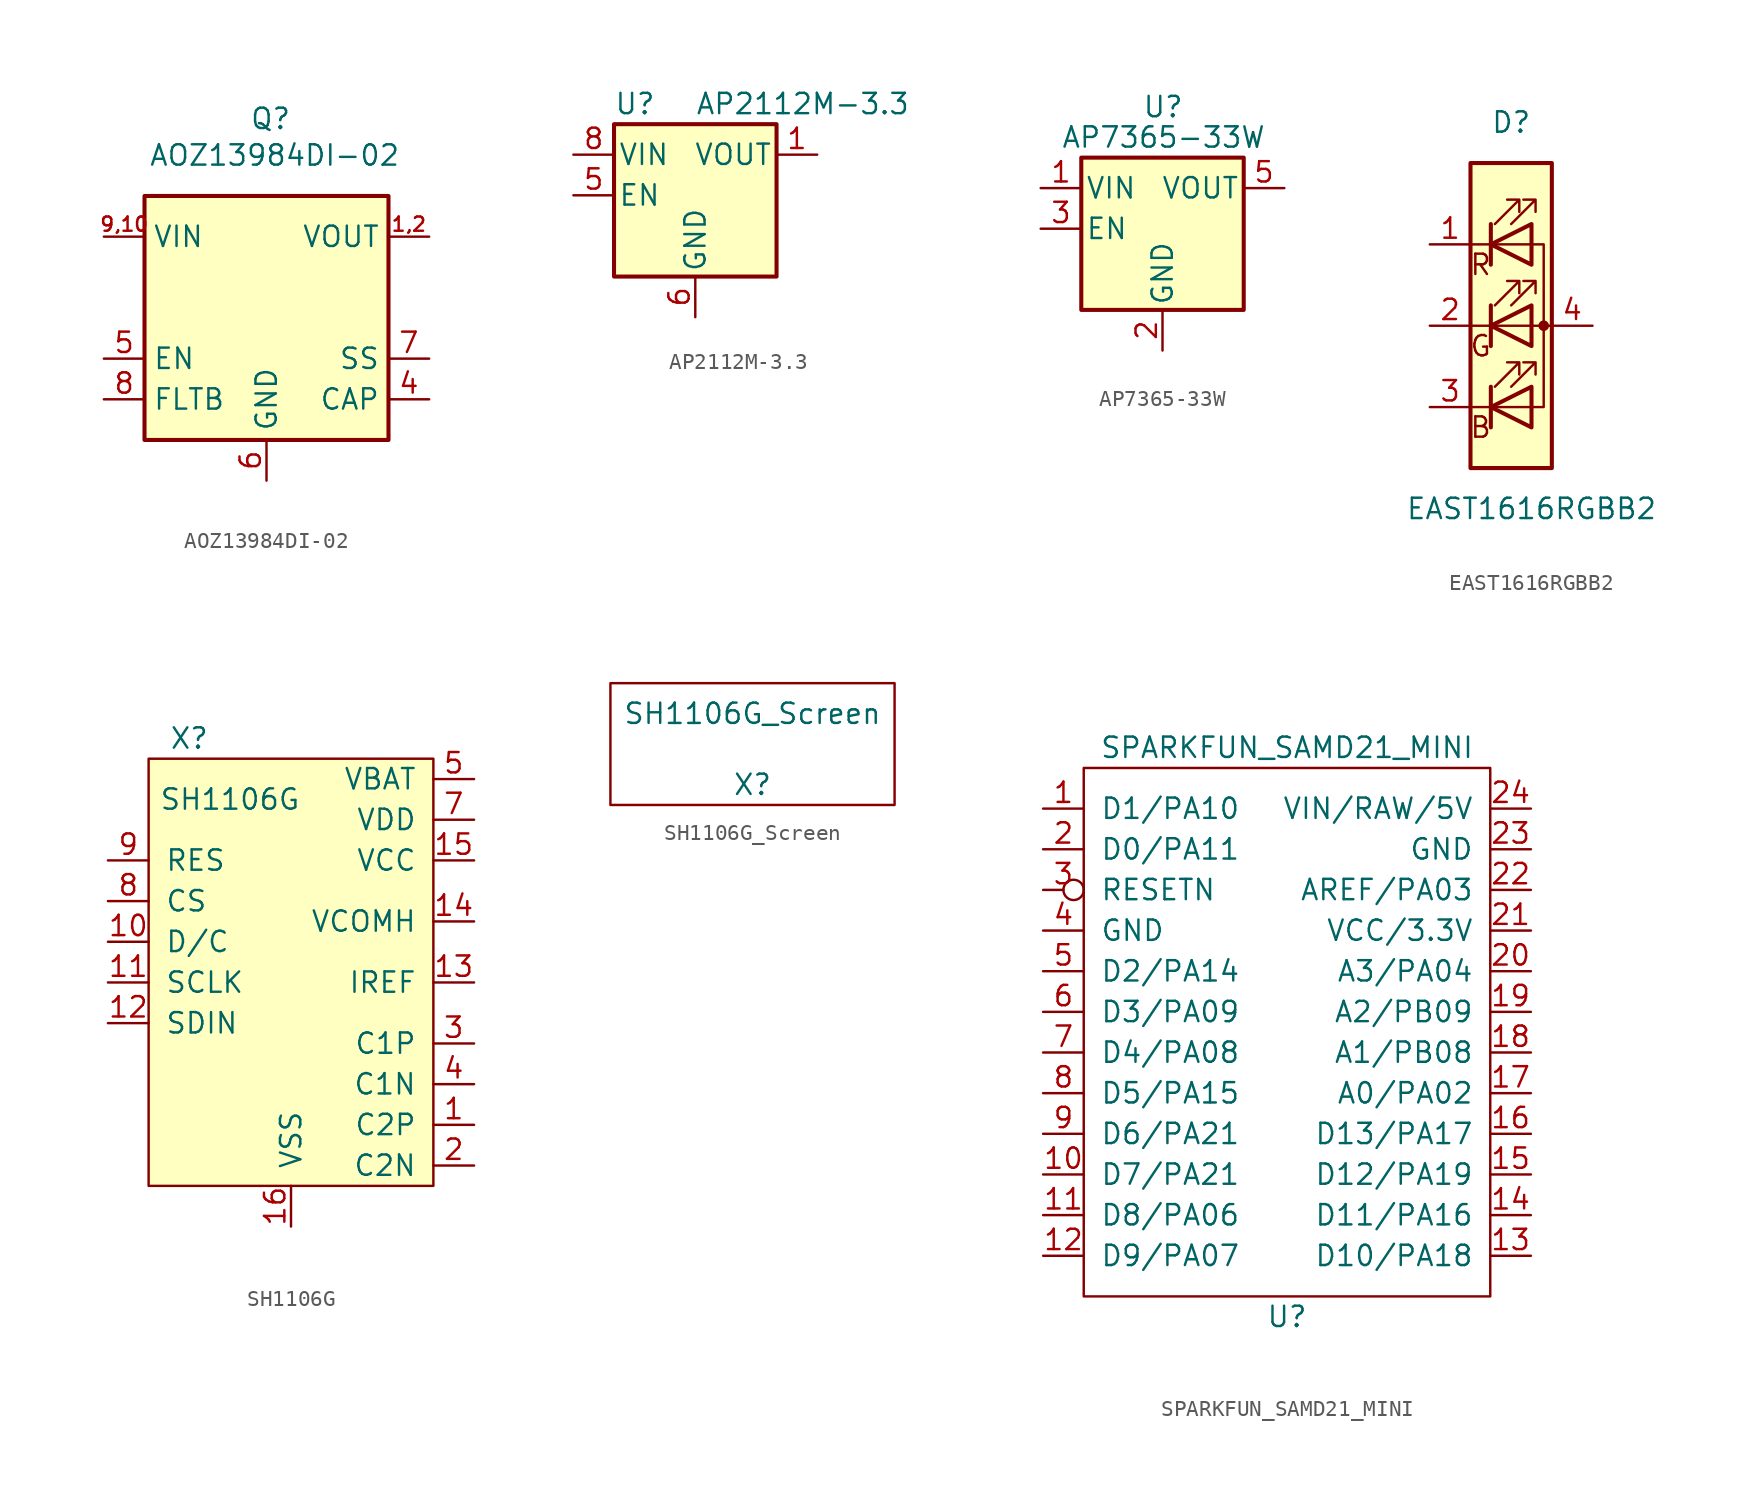
<source format=kicad_sym>
(kicad_symbol_lib
  (version 20241209)
  (generator "kicad_symbol_editor")
  (generator_version "9.0")
  (symbol "AOZ13984DI-02"
    (property "Reference" "Q"
      (at 0.254 12.446 0)
      (effects (font (size 1.27 1.27))))
    (property "Value" "AOZ13984DI-02"
      (at 0.508 10.16 0)
      (effects (font (size 1.27 1.27))))
    (symbol "AOZ13984DI-02_0_0"
      (pin input line (at -10.16 -2.54 0) (length 2.54) (name "EN" (effects (font (size 1.27 1.27)))) (number "5" (effects (font (size 1.27 1.27)))))
      (pin open_collector line (at -10.16 -5.08 0) (length 2.54) (name "FLTB" (effects (font (size 1.27 1.27)))) (number "8" (effects (font (size 1.27 1.27)))))
      (pin power_in line (at 0 -10.16 90) (length 2.54) (name "GND" (effects (font (size 1.27 1.27)))) (number "6" (effects (font (size 1.27 1.27)))))
      (pin passive line (at 10.16 -2.54 180) (length 2.54) (name "SS" (effects (font (size 1.27 1.27)))) (number "7" (effects (font (size 1.27 1.27)))))
      (pin passive line (at 10.16 -5.08 180) (length 2.54) (name "CAP" (effects (font (size 1.27 1.27)))) (number "4" (effects (font (size 1.27 1.27))))))
    (symbol "AOZ13984DI-02_1_0"
      (pin power_in line (at -10.16 5.08 0) (length 2.54) (name "VIN" (effects (font (size 1.27 1.27)))) (number "9,10" (effects (font (size 0.889 0.889)))))
      (pin no_connect line (at 2.54 -7.62 90) (length 2.54) (hide yes) (name "DNC" (effects (font (size 1.27 1.27)))) (number "11" (effects (font (size 1.27 1.27)))))
      (pin no_connect line (at 2.54 -7.62 90) (length 2.54) (hide yes) (name "NC" (effects (font (size 1.27 1.27)))) (number "12" (effects (font (size 1.27 1.27)))))
      (pin no_connect line (at 2.54 -7.62 90) (length 2.54) (hide yes) (name "DNC" (effects (font (size 1.27 1.27)))) (number "3" (effects (font (size 1.27 1.27)))))
      (pin unspecified line (at 2.54 -7.62 90) (length 2.54) (hide yes) (name "EXP" (effects (font (size 1.27 1.27)))) (number "EXP" (effects (font (size 1.27 1.27)))))
      (pin power_out line (at 10.16 5.08 180) (length 2.54) (name "VOUT" (effects (font (size 1.27 1.27)))) (number "1,2" (effects (font (size 0.889 0.889))))))
    (symbol "AOZ13984DI-02_1_1"
      (rectangle (start -7.62 7.62) (end 7.62 -7.62) (stroke (width 0.254) (type solid)) (fill (type background)))))
  (symbol "AP2112M-3.3"
    (pin_names
      (offset 0.254))
    (property "Reference" "U"
      (at -5.08 5.715 0)
      (effects (font (size 1.27 1.27)) (justify left)))
    (property "Value" "AP2112M-3.3"
      (at 0 5.715 0)
      (effects (font (size 1.27 1.27)) (justify left)))
    (symbol "AP2112M-3.3_0_0"
      (pin power_in line (at 0 -7.62 90) (length 2.54) (hide yes) (name "GND" (effects (font (size 1.27 1.27)))) (number "7" (effects (font (size 1.27 1.27)))))
      (pin no_connect line (at 5.08 0 180) (length 2.54) (hide yes) (name "NC" (effects (font (size 1.27 1.27)))) (number "2" (effects (font (size 1.27 1.27))))))
    (symbol "AP2112M-3.3_0_1"
      (rectangle (start -5.08 4.445) (end 5.08 -5.08) (stroke (width 0.254) (type solid)) (fill (type background))))
    (symbol "AP2112M-3.3_1_1"
      (pin power_in line (at -7.62 2.54 0) (length 2.54) (name "VIN" (effects (font (size 1.27 1.27)))) (number "8" (effects (font (size 1.27 1.27)))))
      (pin input line (at -7.62 0 0) (length 2.54) (name "EN" (effects (font (size 1.27 1.27)))) (number "5" (effects (font (size 1.27 1.27)))))
      (pin power_in line (at 0 -7.62 90) (length 2.54) (name "GND" (effects (font (size 1.27 1.27)))) (number "6" (effects (font (size 1.27 1.27)))))
      (pin no_connect line (at 5.08 -1.27 180) (length 2.54) (hide yes) (name "NC" (effects (font (size 1.27 1.27)))) (number "3" (effects (font (size 1.27 1.27)))))
      (pin no_connect line (at 5.08 -2.54 180) (length 2.54) (hide yes) (name "NC" (effects (font (size 1.27 1.27)))) (number "4" (effects (font (size 1.27 1.27)))))
      (pin power_out line (at 7.62 2.54 180) (length 2.54) (name "VOUT" (effects (font (size 1.27 1.27)))) (number "1" (effects (font (size 1.27 1.27)))))))
  (symbol "AP7365-33W"
    (pin_names
      (offset 0.254))
    (property "Reference" "U"
      (at -1.27 7.62 0)
      (effects (font (size 1.27 1.27)) (justify left)))
    (property "Value" "AP7365-33W"
      (at -6.35 5.715 0)
      (effects (font (size 1.27 1.27)) (justify left)))
    (symbol "AP7365-33W_1_1"
      (rectangle (start -5.08 4.445) (end 5.08 -5.08) (stroke (width 0.254) (type solid)) (fill (type background)))
      (pin power_in line (at -7.62 2.54 0) (length 2.54) (name "VIN" (effects (font (size 1.27 1.27)))) (number "1" (effects (font (size 1.27 1.27)))))
      (pin input line (at -7.62 0 0) (length 2.54) (name "EN" (effects (font (size 1.27 1.27)))) (number "3" (effects (font (size 1.27 1.27)))))
      (pin power_in line (at 0 -7.62 90) (length 2.54) (name "GND" (effects (font (size 1.27 1.27)))) (number "2" (effects (font (size 1.27 1.27)))))
      (pin power_out line (at 7.62 2.54 180) (length 2.54) (name "VOUT" (effects (font (size 1.27 1.27)))) (number "5" (effects (font (size 1.27 1.27)))))
      (pin no_connect line (at 7.62 0 180) (length 2.54) (hide yes) (name "NC" (effects (font (size 1.27 1.27)))) (number "4" (effects (font (size 1.27 1.27)))))))
  (symbol "EAST1616RGBB2"
    (pin_names
      (offset 0)
      (hide yes))
    (property "Reference" "D"
      (at 0 12.7 0)
      (effects (font (size 1.27 1.27))))
    (property "Value" "EAST1616RGBB2"
      (at 1.27 -11.43 0)
      (effects (font (size 1.27 1.27))))
    (symbol "EAST1616RGBB2_0_0"
      (text "R" (at -1.905 3.81 0) (effects (font (size 1.27 1.27))))
      (text "G" (at -1.905 -1.27 0) (effects (font (size 1.27 1.27))))
      (text "B" (at -1.905 -6.35 0) (effects (font (size 1.27 1.27)))))
    (symbol "EAST1616RGBB2_0_1"
      (rectangle (start -2.54 10.16) (end 2.54 -8.89) (stroke (width 0.254) (type default)) (fill (type background)))
      (polyline (pts (xy -2.54 -5.08) (xy 1.27 -5.08)) (stroke (width 0) (type default)) (fill (type none)))
      (polyline (pts (xy -1.27 6.35) (xy -1.27 3.81)) (stroke (width 0.254) (type default)) (fill (type none)))
      (polyline (pts (xy -1.27 1.27) (xy -1.27 -1.27)) (stroke (width 0.254) (type default)) (fill (type none)))
      (polyline (pts (xy -1.27 -3.81) (xy -1.27 -6.35)) (stroke (width 0.254) (type default)) (fill (type none)))
      (polyline (pts (xy -1.016 6.35) (xy 0.508 7.874) (xy -0.254 7.874) (xy 0.508 7.874) (xy 0.508 7.112)) (stroke (width 0) (type default)) (fill (type none)))
      (polyline (pts (xy -1.016 1.27) (xy 0.508 2.794) (xy -0.254 2.794) (xy 0.508 2.794) (xy 0.508 2.032)) (stroke (width 0) (type default)) (fill (type none)))
      (polyline (pts (xy -1.016 -3.81) (xy 0.508 -2.286) (xy -0.254 -2.286) (xy 0.508 -2.286) (xy 0.508 -3.048)) (stroke (width 0) (type default)) (fill (type none)))
      (polyline (pts (xy 0 6.35) (xy 1.524 7.874) (xy 0.762 7.874) (xy 1.524 7.874) (xy 1.524 7.112)) (stroke (width 0) (type default)) (fill (type none)))
      (polyline (pts (xy 0 1.27) (xy 1.524 2.794) (xy 0.762 2.794) (xy 1.524 2.794) (xy 1.524 2.032)) (stroke (width 0) (type default)) (fill (type none)))
      (polyline (pts (xy 0 -3.81) (xy 1.524 -2.286) (xy 0.762 -2.286) (xy 1.524 -2.286) (xy 1.524 -3.048)) (stroke (width 0) (type default)) (fill (type none)))
      (polyline (pts (xy 1.27 6.35) (xy 1.27 3.81) (xy -1.27 5.08) (xy 1.27 6.35)) (stroke (width 0.254) (type default)) (fill (type none)))
      (rectangle (start 1.27 6.35) (end 1.27 6.35) (stroke (width 0) (type default)) (fill (type none)))
      (polyline (pts (xy 1.27 5.08) (xy -2.54 5.08)) (stroke (width 0) (type default)) (fill (type none)))
      (polyline (pts (xy 1.27 1.27) (xy 1.27 -1.27) (xy -1.27 0) (xy 1.27 1.27)) (stroke (width 0.254) (type default)) (fill (type none)))
      (polyline (pts (xy 1.27 -3.81) (xy 1.27 -6.35) (xy -1.27 -5.08) (xy 1.27 -3.81)) (stroke (width 0.254) (type default)) (fill (type none)))
      (polyline (pts (xy 1.27 -5.08) (xy 2.032 -5.08) (xy 2.032 5.08) (xy 1.27 5.08)) (stroke (width 0) (type default)) (fill (type none)))
      (circle (center 2.032 0) (radius 0.254) (stroke (width 0) (type default)) (fill (type outline)))
      (polyline (pts (xy 2.54 0) (xy -2.54 0)) (stroke (width 0) (type default)) (fill (type none))))
    (symbol "EAST1616RGBB2_1_1"
      (pin passive line (at -5.08 5.08 0) (length 2.54) (name "RK" (effects (font (size 1.27 1.27)))) (number "1" (effects (font (size 1.27 1.27)))))
      (pin passive line (at -5.08 0 0) (length 2.54) (name "GK" (effects (font (size 1.27 1.27)))) (number "2" (effects (font (size 1.27 1.27)))))
      (pin passive line (at -5.08 -5.08 0) (length 2.54) (name "BK" (effects (font (size 1.27 1.27)))) (number "3" (effects (font (size 1.27 1.27)))))
      (pin passive line (at 5.08 0 180) (length 2.54) (name "A" (effects (font (size 1.27 1.27)))) (number "4" (effects (font (size 1.27 1.27)))))))
  (symbol "SH1106G"
    (pin_names
      (offset 1.016))
    (property "Reference" "X"
      (at -6.35 15.24 0)
      (effects (font (size 1.27 1.27))))
    (property "Value" "SH1106G"
      (at -3.81 11.43 0)
      (effects (font (size 1.27 1.27))))
    (symbol "SH1106G_0_0"
      (pin input line (at -11.43 7.62 0) (length 2.54) (name "RES" (effects (font (size 1.27 1.27)))) (number "9" (effects (font (size 1.27 1.27)))))
      (pin input line (at -11.43 5.08 0) (length 2.54) (name "CS" (effects (font (size 1.27 1.27)))) (number "8" (effects (font (size 1.27 1.27)))))
      (pin input line (at -11.43 2.54 0) (length 2.54) (name "D/C" (effects (font (size 1.27 1.27)))) (number "10" (effects (font (size 1.27 1.27)))))
      (pin input line (at -11.43 0 0) (length 2.54) (name "SCLK" (effects (font (size 1.27 1.27)))) (number "11" (effects (font (size 1.27 1.27)))))
      (pin input line (at -11.43 -2.54 0) (length 2.54) (name "SDIN" (effects (font (size 1.27 1.27)))) (number "12" (effects (font (size 1.27 1.27)))))
      (pin power_in line (at 0 -15.24 90) (length 2.54) (name "VSS" (effects (font (size 1.27 1.27)))) (number "16" (effects (font (size 1.27 1.27)))))
      (pin power_in line (at 0 -15.24 90) (length 2.54) (hide yes) (name "VSS" (effects (font (size 1.27 1.27)))) (number "6" (effects (font (size 1.27 1.27)))))
      (pin power_in line (at 11.43 12.7 180) (length 2.54) (name "VBAT" (effects (font (size 1.27 1.27)))) (number "5" (effects (font (size 1.27 1.27)))))
      (pin power_in line (at 11.43 10.16 180) (length 2.54) (name "VDD" (effects (font (size 1.27 1.27)))) (number "7" (effects (font (size 1.27 1.27)))))
      (pin power_in line (at 11.43 7.62 180) (length 2.54) (name "VCC" (effects (font (size 1.27 1.27)))) (number "15" (effects (font (size 1.27 1.27)))))
      (pin passive line (at 11.43 3.81 180) (length 2.54) (name "VCOMH" (effects (font (size 1.27 1.27)))) (number "14" (effects (font (size 1.27 1.27)))))
      (pin passive line (at 11.43 0 180) (length 2.54) (name "IREF" (effects (font (size 1.27 1.27)))) (number "13" (effects (font (size 1.27 1.27)))))
      (pin passive line (at 11.43 -3.81 180) (length 2.54) (name "C1P" (effects (font (size 1.27 1.27)))) (number "3" (effects (font (size 1.27 1.27)))))
      (pin passive line (at 11.43 -6.35 180) (length 2.54) (name "C1N" (effects (font (size 1.27 1.27)))) (number "4" (effects (font (size 1.27 1.27)))))
      (pin passive line (at 11.43 -8.89 180) (length 2.54) (name "C2P" (effects (font (size 1.27 1.27)))) (number "1" (effects (font (size 1.27 1.27)))))
      (pin passive line (at 11.43 -11.43 180) (length 2.54) (name "C2N" (effects (font (size 1.27 1.27)))) (number "2" (effects (font (size 1.27 1.27))))))
    (symbol "SH1106G_0_1"
      (rectangle (start 8.89 -12.7) (end -8.89 13.97) (stroke (width 0) (type solid)) (fill (type background)))))
  (symbol "SH1106G_Screen"
    (pin_names
      (offset 1.016))
    (property "Reference" "X"
      (at 0 -2.54 0)
      (effects (font (size 1.27 1.27))))
    (property "Value" "SH1106G_Screen"
      (at 0 1.905 0)
      (effects (font (size 1.27 1.27))))
    (symbol "SH1106G_Screen_0_1"
      (rectangle (start -8.89 3.81) (end 8.89 -3.81) (stroke (width 0) (type solid)) (fill (type none)))))
  (symbol "SPARKFUN_SAMD21_MINI"
    (pin_names
      (offset 1.016))
    (property "Reference" "U"
      (at 0 -17.78 0)
      (effects (font (size 1.27 1.27))))
    (property "Value" "SPARKFUN_SAMD21_MINI"
      (at 0 17.78 0)
      (effects (font (size 1.27 1.27))))
    (symbol "SPARKFUN_SAMD21_MINI_0_1"
      (rectangle (start -12.7 16.51) (end 12.7 -16.51) (stroke (width 0) (type solid)) (fill (type none))))
    (symbol "SPARKFUN_SAMD21_MINI_1_1"
      (pin bidirectional line (at -15.24 13.97 0) (length 2.54) (name "D1/PA10" (effects (font (size 1.27 1.27)))) (number "1" (effects (font (size 1.27 1.27)))))
      (pin bidirectional line (at -15.24 11.43 0) (length 2.54) (name "D0/PA11" (effects (font (size 1.27 1.27)))) (number "2" (effects (font (size 1.27 1.27)))))
      (pin input inverted (at -15.24 8.89 0) (length 2.54) (name "RESETN" (effects (font (size 1.27 1.27)))) (number "3" (effects (font (size 1.27 1.27)))))
      (pin passive line (at -15.24 6.35 0) (length 2.54) (name "GND" (effects (font (size 1.27 1.27)))) (number "4" (effects (font (size 1.27 1.27)))))
      (pin bidirectional line (at -15.24 3.81 0) (length 2.54) (name "D2/PA14" (effects (font (size 1.27 1.27)))) (number "5" (effects (font (size 1.27 1.27)))))
      (pin bidirectional line (at -15.24 1.27 0) (length 2.54) (name "D3/PA09" (effects (font (size 1.27 1.27)))) (number "6" (effects (font (size 1.27 1.27)))))
      (pin bidirectional line (at -15.24 -1.27 0) (length 2.54) (name "D4/PA08" (effects (font (size 1.27 1.27)))) (number "7" (effects (font (size 1.27 1.27)))))
      (pin bidirectional line (at -15.24 -3.81 0) (length 2.54) (name "D5/PA15" (effects (font (size 1.27 1.27)))) (number "8" (effects (font (size 1.27 1.27)))))
      (pin bidirectional line (at -15.24 -6.35 0) (length 2.54) (name "D6/PA21" (effects (font (size 1.27 1.27)))) (number "9" (effects (font (size 1.27 1.27)))))
      (pin bidirectional line (at -15.24 -8.89 0) (length 2.54) (name "D7/PA21" (effects (font (size 1.27 1.27)))) (number "10" (effects (font (size 1.27 1.27)))))
      (pin bidirectional line (at -15.24 -11.43 0) (length 2.54) (name "D8/PA06" (effects (font (size 1.27 1.27)))) (number "11" (effects (font (size 1.27 1.27)))))
      (pin bidirectional line (at -15.24 -13.97 0) (length 2.54) (name "D9/PA07" (effects (font (size 1.27 1.27)))) (number "12" (effects (font (size 1.27 1.27)))))
      (pin power_in line (at 15.24 13.97 180) (length 2.54) (name "VIN/RAW/5V" (effects (font (size 1.27 1.27)))) (number "24" (effects (font (size 1.27 1.27)))))
      (pin power_out line (at 15.24 11.43 180) (length 2.54) (name "GND" (effects (font (size 1.27 1.27)))) (number "23" (effects (font (size 1.27 1.27)))))
      (pin input line (at 15.24 8.89 180) (length 2.54) (name "AREF/PA03" (effects (font (size 1.27 1.27)))) (number "22" (effects (font (size 1.27 1.27)))))
      (pin power_out line (at 15.24 6.35 180) (length 2.54) (name "VCC/3.3V" (effects (font (size 1.27 1.27)))) (number "21" (effects (font (size 1.27 1.27)))))
      (pin bidirectional line (at 15.24 3.81 180) (length 2.54) (name "A3/PA04" (effects (font (size 1.27 1.27)))) (number "20" (effects (font (size 1.27 1.27)))))
      (pin bidirectional line (at 15.24 1.27 180) (length 2.54) (name "A2/PB09" (effects (font (size 1.27 1.27)))) (number "19" (effects (font (size 1.27 1.27)))))
      (pin bidirectional line (at 15.24 -1.27 180) (length 2.54) (name "A1/PB08" (effects (font (size 1.27 1.27)))) (number "18" (effects (font (size 1.27 1.27)))))
      (pin bidirectional line (at 15.24 -3.81 180) (length 2.54) (name "A0/PA02" (effects (font (size 1.27 1.27)))) (number "17" (effects (font (size 1.27 1.27)))))
      (pin bidirectional line (at 15.24 -6.35 180) (length 2.54) (name "D13/PA17" (effects (font (size 1.27 1.27)))) (number "16" (effects (font (size 1.27 1.27)))))
      (pin bidirectional line (at 15.24 -8.89 180) (length 2.54) (name "D12/PA19" (effects (font (size 1.27 1.27)))) (number "15" (effects (font (size 1.27 1.27)))))
      (pin bidirectional line (at 15.24 -11.43 180) (length 2.54) (name "D11/PA16" (effects (font (size 1.27 1.27)))) (number "14" (effects (font (size 1.27 1.27)))))
      (pin bidirectional line (at 15.24 -13.97 180) (length 2.54) (name "D10/PA18" (effects (font (size 1.27 1.27)))) (number "13" (effects (font (size 1.27 1.27))))))))
</source>
